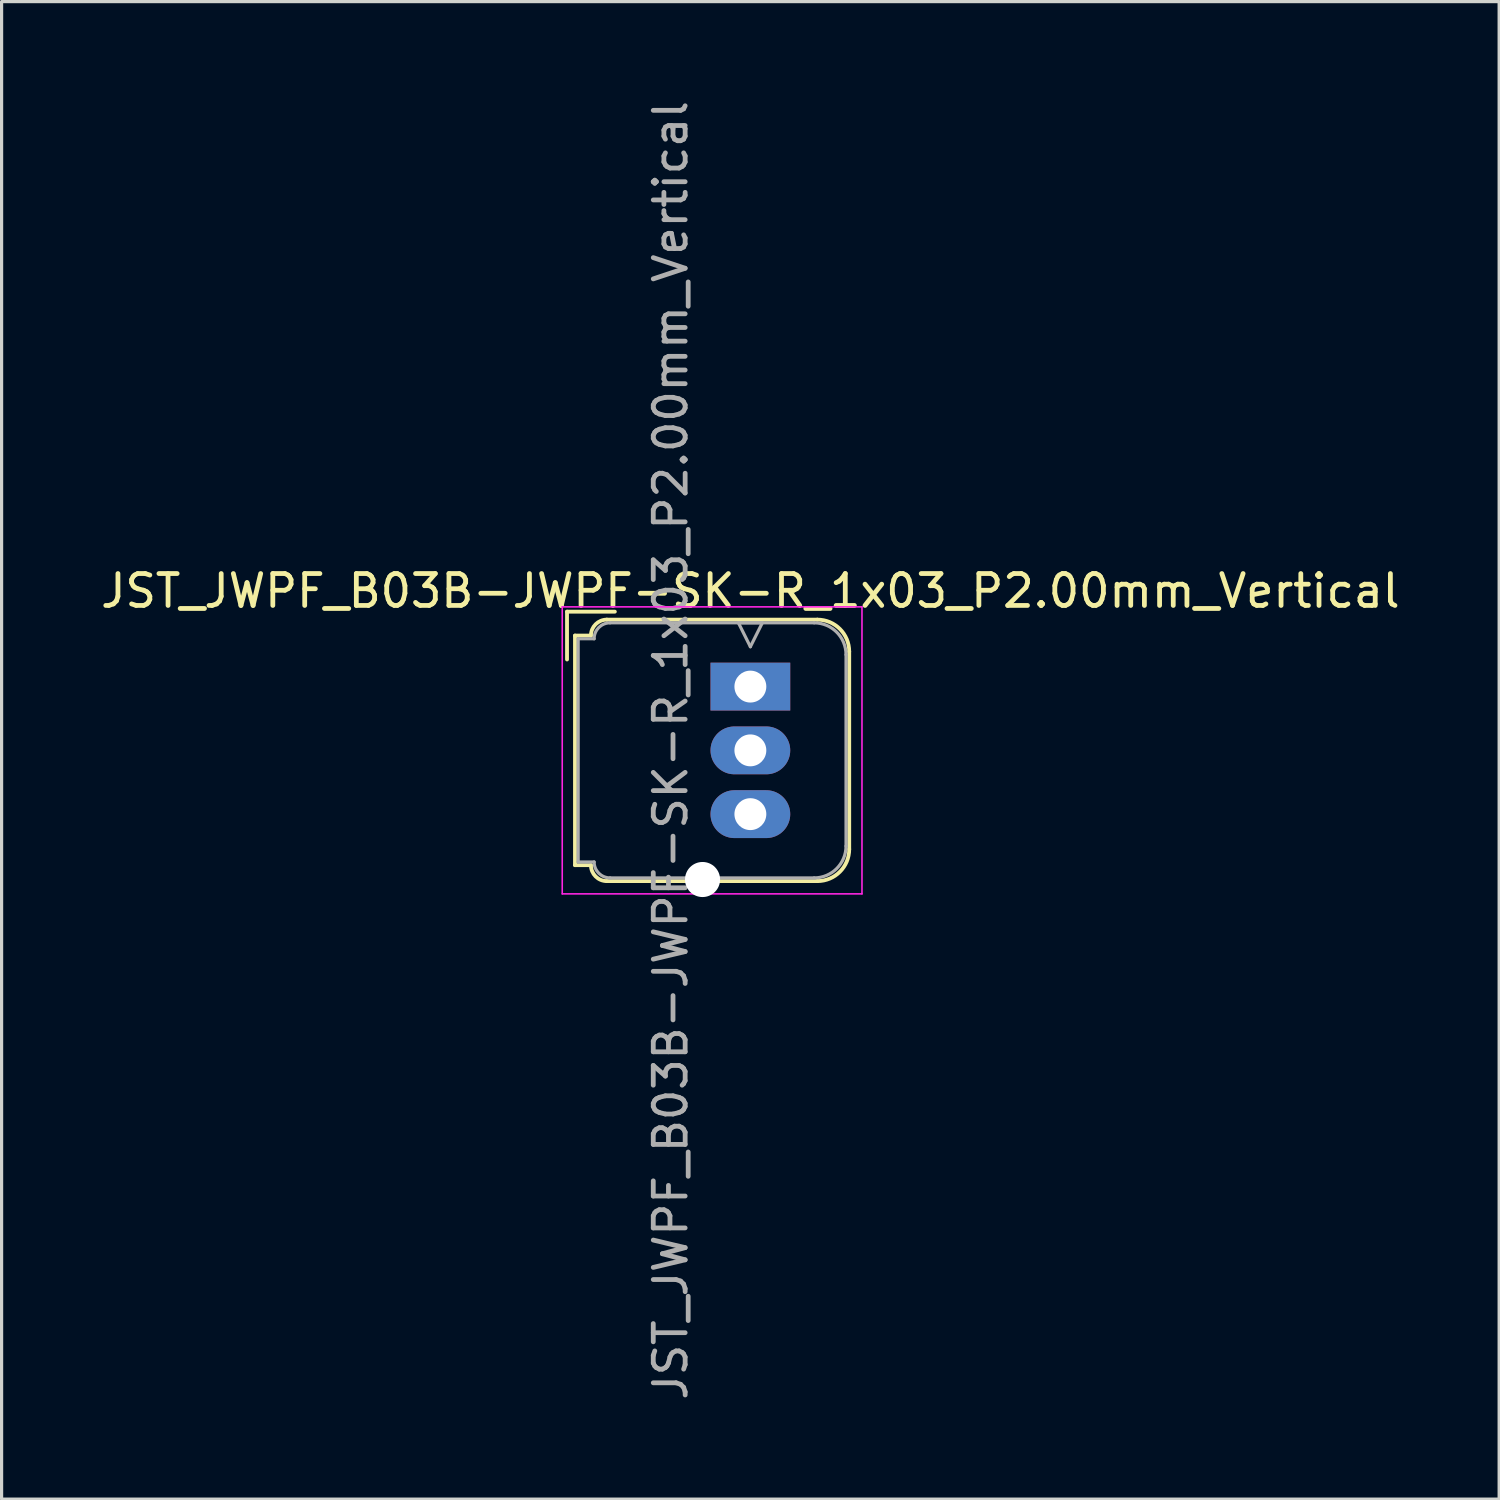
<source format=kicad_pcb>
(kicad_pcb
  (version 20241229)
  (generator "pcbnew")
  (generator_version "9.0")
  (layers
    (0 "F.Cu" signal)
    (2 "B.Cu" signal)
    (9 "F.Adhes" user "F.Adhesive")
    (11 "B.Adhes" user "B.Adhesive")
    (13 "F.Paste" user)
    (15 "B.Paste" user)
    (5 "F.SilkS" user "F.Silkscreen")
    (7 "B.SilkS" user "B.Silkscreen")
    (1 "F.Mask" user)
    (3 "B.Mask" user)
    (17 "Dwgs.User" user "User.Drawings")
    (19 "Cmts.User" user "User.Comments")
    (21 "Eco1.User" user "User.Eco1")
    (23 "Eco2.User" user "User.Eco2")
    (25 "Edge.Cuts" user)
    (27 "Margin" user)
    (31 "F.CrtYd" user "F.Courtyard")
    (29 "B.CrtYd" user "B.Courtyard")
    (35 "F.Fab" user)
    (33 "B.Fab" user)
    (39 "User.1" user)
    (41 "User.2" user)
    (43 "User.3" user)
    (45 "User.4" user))
  (footprint "JST_JWPF_B03B-JWPF-SK-R_1x03_P2.00mm_Vertical"
    (layer "F.Cu")
    (at 20.482 18.482)
    (property "Reference" "JST_JWPF_B03B-JWPF-SK-R_1x03_P2.00mm_Vertical" (at 0 -3 0) (layer "F.SilkS") (effects (font (size 1 1) (thickness 0.15))))
    (attr through_hole)
    (fp_line (start -5.75 -2.35) (end -4.25 -2.35) (stroke (width 0.12) (type solid)) (layer "F.SilkS"))
    (fp_line (start -5.75 -0.85) (end -5.75 -2.35) (stroke (width 0.12) (type solid)) (layer "F.SilkS"))
    (fp_line (start -5.5 -1.6) (end -5.5 5.6) (stroke (width 0.12) (type solid)) (layer "F.SilkS"))
    (fp_line (start -5.5 5.6) (end -5 5.6) (stroke (width 0.12) (type solid)) (layer "F.SilkS"))
    (fp_line (start -5 -1.6) (end -5.5 -1.6) (stroke (width 0.12) (type solid)) (layer "F.SilkS"))
    (fp_line (start -4.5 -2.1) (end 2.1 -2.1) (stroke (width 0.12) (type solid)) (layer "F.SilkS"))
    (fp_line (start -4.5 6.1) (end 2.1 6.1) (stroke (width 0.12) (type solid)) (layer "F.SilkS"))
    (fp_line (start 3.1 -1.1) (end 3.1 5.1) (stroke (width 0.12) (type solid)) (layer "F.SilkS"))
    (fp_arc (start -5 -1.6) (mid -4.853553 -1.953553) (end -4.5 -2.1) (stroke (width 0.12) (type solid)) (layer "F.SilkS"))
    (fp_arc (start -4.5 6.1) (mid -4.853553 5.953553) (end -5 5.6) (stroke (width 0.12) (type solid)) (layer "F.SilkS"))
    (fp_arc (start 2.1 -2.1) (mid 2.807107 -1.807107) (end 3.1 -1.1) (stroke (width 0.12) (type solid)) (layer "F.SilkS"))
    (fp_arc (start 3.1 5.1) (mid 2.807107 5.807107) (end 2.1 6.1) (stroke (width 0.12) (type solid)) (layer "F.SilkS"))
    (fp_line (start -5.9 -2.5) (end -5.9 6.5) (stroke (width 0.05) (type solid)) (layer "F.CrtYd"))
    (fp_line (start -5.9 6.5) (end 3.5 6.5) (stroke (width 0.05) (type solid)) (layer "F.CrtYd"))
    (fp_line (start 3.5 -2.5) (end -5.9 -2.5) (stroke (width 0.05) (type solid)) (layer "F.CrtYd"))
    (fp_line (start 3.5 6.5) (end 3.5 -2.5) (stroke (width 0.05) (type solid)) (layer "F.CrtYd"))
    (fp_line (start -5.4 -1.5) (end -5.4 5.5) (stroke (width 0.1) (type solid)) (layer "F.Fab"))
    (fp_line (start -5.4 5.5) (end -4.9 5.5) (stroke (width 0.1) (type solid)) (layer "F.Fab"))
    (fp_line (start -4.9 -1.5) (end -5.4 -1.5) (stroke (width 0.1) (type solid)) (layer "F.Fab"))
    (fp_line (start -4.4 -2) (end 2 -2) (stroke (width 0.1) (type solid)) (layer "F.Fab"))
    (fp_line (start -4.4 6) (end 2 6) (stroke (width 0.1) (type solid)) (layer "F.Fab"))
    (fp_line (start -0.375 -2) (end 0.375 -2) (stroke (width 0.1) (type solid)) (layer "F.Fab"))
    (fp_line (start 0 -1.25) (end -0.375 -2) (stroke (width 0.1) (type solid)) (layer "F.Fab"))
    (fp_line (start 0.375 -2) (end 0 -1.25) (stroke (width 0.1) (type solid)) (layer "F.Fab"))
    (fp_line (start 3 -1) (end 3 5) (stroke (width 0.1) (type solid)) (layer "F.Fab"))
    (fp_arc (start -4.9 -1.5) (mid -4.753553 -1.853553) (end -4.4 -2) (stroke (width 0.1) (type solid)) (layer "F.Fab"))
    (fp_arc (start -4.4 6) (mid -4.753553 5.853553) (end -4.9 5.5) (stroke (width 0.1) (type solid)) (layer "F.Fab"))
    (fp_arc (start 2 -2) (mid 2.707107 -1.707107) (end 3 -1) (stroke (width 0.1) (type solid)) (layer "F.Fab"))
    (fp_arc (start 3 5) (mid 2.707107 5.707107) (end 2 6) (stroke (width 0.1) (type solid)) (layer "F.Fab"))
    (fp_text user "${REFERENCE}" (at -2.5 2 90) (layer "F.Fab") (effects (font (size 1 1) (thickness 0.15))))
    (pad "" np_thru_hole circle (at -1.5 6.05) (size 1.1 1.1) (drill 1.1) (layers "*.Cu" "*.Mask"))
    (pad "1" thru_hole rect (at 0 0) (size 2.5 1.5) (drill 1) (layers "*.Cu" "*.Mask"))
    (pad "2" thru_hole oval (at 0 2) (size 2.5 1.5) (drill 1) (layers "*.Cu" "*.Mask"))
    (pad "3" thru_hole oval (at 0 4) (size 2.5 1.5) (drill 1) (layers "*.Cu" "*.Mask")))
  (gr_rect
    (start -3 -3)
    (end 43.964 43.964)
    (stroke (width 0.1) (type default))
    (fill no)
    (layer "Edge.Cuts")))
</source>
